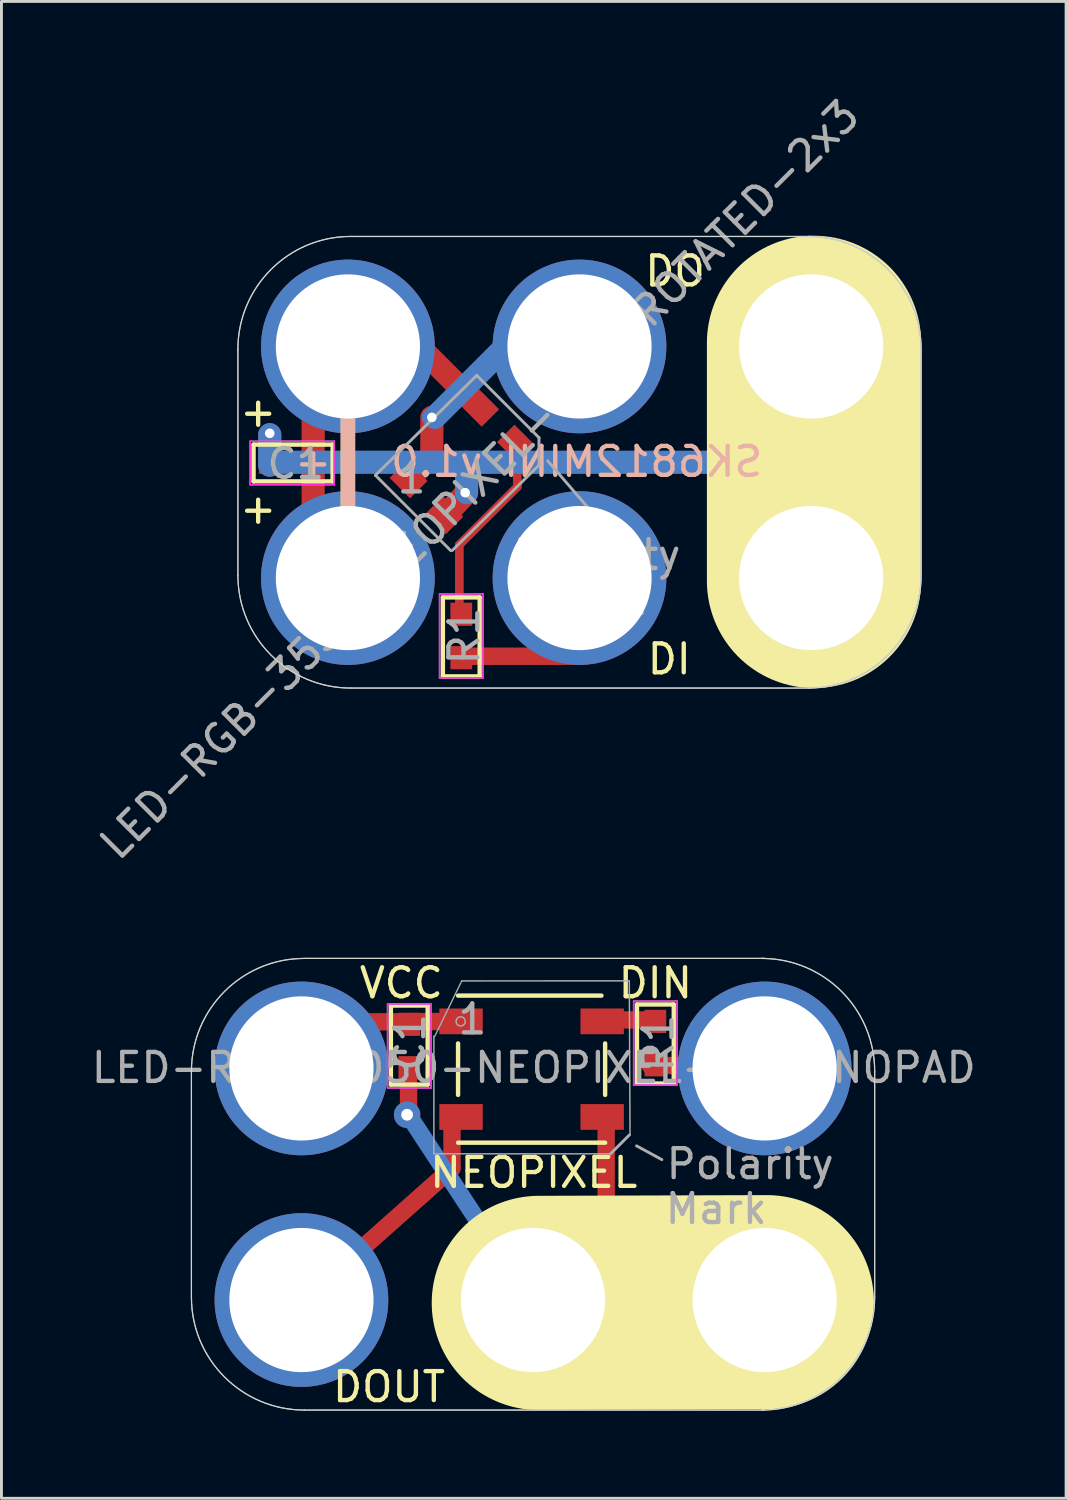
<source format=kicad_pcb>
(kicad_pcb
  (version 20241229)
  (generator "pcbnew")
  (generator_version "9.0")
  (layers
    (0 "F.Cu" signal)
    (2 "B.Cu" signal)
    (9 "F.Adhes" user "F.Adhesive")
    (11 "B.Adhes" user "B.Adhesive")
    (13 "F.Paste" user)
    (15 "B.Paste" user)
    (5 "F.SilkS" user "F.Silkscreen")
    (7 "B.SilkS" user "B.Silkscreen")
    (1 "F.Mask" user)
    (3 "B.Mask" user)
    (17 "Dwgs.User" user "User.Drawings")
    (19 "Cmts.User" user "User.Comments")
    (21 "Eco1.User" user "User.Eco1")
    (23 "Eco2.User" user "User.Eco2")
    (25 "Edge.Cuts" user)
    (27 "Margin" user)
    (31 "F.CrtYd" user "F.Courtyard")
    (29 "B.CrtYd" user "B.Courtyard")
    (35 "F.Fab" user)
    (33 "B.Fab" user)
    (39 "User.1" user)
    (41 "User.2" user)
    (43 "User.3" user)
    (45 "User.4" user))
  (footprint "LED-RGB-3535-NEOPIXEL-MINI-ROTATED-2x3"
    (layer "F.Cu")
    (at 8.967 16.917)
    (property "Reference" "LED-RGB-3535-NEOPIXEL-MINI-ROTATED-2x3" (at 4.55 -3.4 45) (layer "F.Fab") (effects (font (size 1 1) (thickness 0.15))))
    (attr smd)
    (fp_line (start -2.7 -3.9) (end -2.7 -4.95) (stroke (width 0.8) (type solid)) (layer "F.Cu"))
    (fp_line (start -1.2 -1) (end -1.2 -6.6) (stroke (width 0.8) (type solid)) (layer "F.Cu"))
    (fp_line (start 1.6 -8.85) (end 4.45 -6) (stroke (width 0.8) (type solid)) (layer "F.Cu"))
    (fp_line (start 2.9 -4.25) (end 2.15 -3.45) (stroke (width 0.8) (type solid)) (layer "F.Cu"))
    (fp_line (start 2.9 -4.25) (end 2.9 -5.55) (stroke (width 0.8) (type solid)) (layer "F.Cu"))
    (fp_line (start 3.85 1.35) (end 3.85 -1.15) (stroke (width 0.3) (type solid)) (layer "F.Cu"))
    (fp_line (start 3.9 2.7) (end 8.05 2.7) (stroke (width 0.6) (type solid)) (layer "F.Cu"))
    (fp_line (start 4.1 -2.95) (end 3.35 -2.15) (stroke (width 0.8) (type solid)) (layer "F.Cu"))
    (fp_line (start 5.85 -3.15) (end 3.85 -1.15) (stroke (width 0.3) (type solid)) (layer "F.Cu"))
    (fp_line (start 5.85 -3.15) (end 5.85 -4.65) (stroke (width 0.3) (type solid)) (layer "F.Cu"))
    (fp_arc (start 2.707397 0) (mid -1.98387 1.842352) (end 0.2 -2.7) (stroke (width 0.6) (type solid)) (layer "F.Mask"))
    (fp_arc (start 5.298149 -8) (mid 9.945531 -9.874808) (end 7.9 -5.3) (stroke (width 0.6) (type solid)) (layer "F.Mask"))
    (fp_line (start -2.7 -3.9) (end -2.7 -4.95) (stroke (width 0.8) (type solid)) (layer "B.Cu"))
    (fp_line (start 4.1 -2.95) (end 4.1 -4) (stroke (width 0.8) (type solid)) (layer "B.Cu"))
    (fp_line (start 5.55 -8.1) (end 3 -5.55) (stroke (width 0.8) (type solid)) (layer "B.Cu"))
    (fp_line (start 16.1 -4) (end -2.7 -4) (stroke (width 0.8) (type solid)) (layer "B.Cu"))
    (fp_line (start 16.1 -0.1) (end 16.1 -8.2) (stroke (width 0.8) (type solid)) (layer "B.Cu"))
    (fp_line (start 16.1 -0.1) (end 16.1 -8.2) (stroke (width 0.8) (type solid)) (layer "B.Mask"))
    (fp_line (start -3.259 -4.61) (end -0.528 -4.61) (stroke (width 0.15) (type solid)) (layer "F.SilkS"))
    (fp_line (start -3.259 -3.34) (end -3.259 -4.61) (stroke (width 0.152) (type solid)) (layer "F.SilkS"))
    (fp_line (start -0.528 -3.34) (end -3.259 -3.34) (stroke (width 0.15) (type solid)) (layer "F.SilkS"))
    (fp_line (start -0.528 -3.34) (end -0.528 -4.61) (stroke (width 0.152) (type solid)) (layer "F.SilkS"))
    (fp_line (start 0 -2.1) (end 0 -5.6) (stroke (width 0.5) (type solid)) (layer "F.SilkS"))
    (fp_line (start 3.281 0.667) (end 4.551 0.667) (stroke (width 0.152) (type solid)) (layer "F.SilkS"))
    (fp_line (start 3.281 3.397) (end 3.281 0.667) (stroke (width 0.15) (type solid)) (layer "F.SilkS"))
    (fp_line (start 3.281 3.397) (end 4.551 3.397) (stroke (width 0.152) (type solid)) (layer "F.SilkS"))
    (fp_line (start 4.551 0.667) (end 4.551 3.397) (stroke (width 0.15) (type solid)) (layer "F.SilkS"))
    (fp_line (start 16.1 -8.125) (end 16.1 0.1) (stroke (width 7.4) (type solid)) (layer "F.SilkS"))
    (fp_line (start 0 -2.1) (end 0 -5.6) (stroke (width 0.5) (type solid)) (layer "B.SilkS"))
    (fp_line (start -3.8 -0.1) (end -3.8 -7.9) (stroke (width 0.041) (type solid)) (layer "Edge.Cuts"))
    (fp_line (start 15.9 -11.8) (end 0.1 -11.8) (stroke (width 0.041) (type solid)) (layer "Edge.Cuts"))
    (fp_line (start 15.9 3.8) (end 0.1 3.8) (stroke (width 0.041) (type solid)) (layer "Edge.Cuts"))
    (fp_line (start 19.8 -0.1) (end 19.8 -7.9) (stroke (width 0.041) (type solid)) (layer "Edge.Cuts"))
    (fp_arc (start -3.8 -7.9) (mid -2.657716 -10.657716) (end 0.1 -11.8) (stroke (width 0.04064) (type solid)) (layer "Edge.Cuts"))
    (fp_arc (start 0.1 3.8) (mid -2.657716 2.657716) (end -3.8 -0.1) (stroke (width 0.04064) (type solid)) (layer "Edge.Cuts"))
    (fp_arc (start 15.9 -11.8) (mid 18.657716 -10.657716) (end 19.8 -7.9) (stroke (width 0.04064) (type solid)) (layer "Edge.Cuts"))
    (fp_arc (start 19.8 -0.1) (mid 18.657716 2.657716) (end 15.9 3.8) (stroke (width 0.04064) (type solid)) (layer "Edge.Cuts"))
    (fp_line (start -3.375 -3.225) (end -3.375 -4.725) (stroke (width 0.05) (type solid)) (layer "F.CrtYd"))
    (fp_line (start -0.475 -4.725) (end -3.375 -4.725) (stroke (width 0.05) (type solid)) (layer "F.CrtYd"))
    (fp_line (start -0.475 -3.225) (end -3.375 -3.225) (stroke (width 0.05) (type solid)) (layer "F.CrtYd"))
    (fp_line (start -0.475 -3.225) (end -0.475 -4.725) (stroke (width 0.05) (type solid)) (layer "F.CrtYd"))
    (fp_line (start 3.166 0.55) (end 4.666 0.55) (stroke (width 0.05) (type solid)) (layer "F.CrtYd"))
    (fp_line (start 3.166 3.45) (end 3.166 0.55) (stroke (width 0.05) (type solid)) (layer "F.CrtYd"))
    (fp_line (start 3.166 3.45) (end 4.666 3.45) (stroke (width 0.05) (type solid)) (layer "F.CrtYd"))
    (fp_line (start 4.666 3.45) (end 4.666 0.55) (stroke (width 0.05) (type solid)) (layer "F.CrtYd"))
    (fp_line (start -3.8 -0.1) (end -3.8 -7.9) (stroke (width 0.041) (type solid)) (layer "F.Fab"))
    (fp_line (start -3.375 -3.225) (end -3.375 -4.725) (stroke (width 0.05) (type solid)) (layer "F.Fab"))
    (fp_line (start -0.475 -4.725) (end -3.375 -4.725) (stroke (width 0.05) (type solid)) (layer "F.Fab"))
    (fp_line (start -0.475 -3.225) (end -3.375 -3.225) (stroke (width 0.05) (type solid)) (layer "F.Fab"))
    (fp_line (start -0.475 -3.225) (end -0.475 -4.725) (stroke (width 0.05) (type solid)) (layer "F.Fab"))
    (fp_line (start 3.166 0.55) (end 4.666 0.55) (stroke (width 0.05) (type solid)) (layer "F.Fab"))
    (fp_line (start 3.166 3.45) (end 3.166 0.55) (stroke (width 0.05) (type solid)) (layer "F.Fab"))
    (fp_line (start 3.166 3.45) (end 4.666 3.45) (stroke (width 0.05) (type solid)) (layer "F.Fab"))
    (fp_line (start 3.55 -0.95) (end 0.95 -3.55) (stroke (width 0.1) (type solid)) (layer "F.Fab"))
    (fp_line (start 4.45 -7) (end 0.95 -3.55) (stroke (width 0.1) (type solid)) (layer "F.Fab"))
    (fp_line (start 4.45 -7) (end 6.6 -4.85) (stroke (width 0.1) (type solid)) (layer "F.Fab"))
    (fp_line (start 4.666 3.45) (end 4.666 0.55) (stroke (width 0.05) (type solid)) (layer "F.Fab"))
    (fp_line (start 6.6 -3.9) (end 3.6 -0.95) (stroke (width 0.1) (type solid)) (layer "F.Fab"))
    (fp_line (start 6.6 -3.9) (end 6.6 -4.85) (stroke (width 0.1) (type solid)) (layer "F.Fab"))
    (fp_line (start 8.75 -1.9) (end 6.9 -4.05) (stroke (width 0.1) (type solid)) (layer "F.Fab"))
    (fp_line (start 16 -11.8) (end 0.1 -11.8) (stroke (width 0.041) (type solid)) (layer "F.Fab"))
    (fp_line (start 16 3.8) (end 0.1 3.8) (stroke (width 0.041) (type solid)) (layer "F.Fab"))
    (fp_line (start 19.8 -0.1) (end 19.8 -7.9) (stroke (width 0.041) (type solid)) (layer "F.Fab"))
    (fp_arc (start -3.8 -7.9) (mid -2.657716 -10.657716) (end 0.1 -11.8) (stroke (width 0.04064) (type solid)) (layer "F.Fab"))
    (fp_arc (start 0.1 3.8) (mid -2.657716 2.657716) (end -3.8 -0.1) (stroke (width 0.04064) (type solid)) (layer "F.Fab"))
    (fp_arc (start 15.9 -11.8) (mid 18.657716 -10.657716) (end 19.8 -7.9) (stroke (width 0.04064) (type solid)) (layer "F.Fab"))
    (fp_arc (start 19.8 -0.1) (mid 18.657716 2.657716) (end 15.9 3.8) (stroke (width 0.04064) (type solid)) (layer "F.Fab"))
    (fp_text user "+" (at -3.1 -2.4 0) (layer "F.SilkS") (effects (font (size 1 1) (thickness 0.15))))
    (fp_text user "+" (at -3.1 -5.75 0) (layer "F.SilkS") (effects (font (size 1 1) (thickness 0.15))))
    (fp_text user "DI" (at 11.1 2.8 0) (layer "F.SilkS") (effects (font (size 1 1) (thickness 0.15))))
    (fp_text user "DO" (at 11.3 -10.6 0) (layer "F.SilkS") (effects (font (size 1 1) (thickness 0.15))))
    (fp_text user "SK6812MINI v1.0" (at 7.9 -4.02 180) (layer "B.SilkS") (effects (font (size 1 1) (thickness 0.15)) (justify mirror)))
    (fp_text user "+" (at -1.2 -4 0) (layer "B.SilkS") (effects (font (size 1 1) (thickness 0.15)) (justify mirror)))
    (fp_text user "C1" (at -1.8 -3.95 0) (layer "F.Fab") (effects (font (size 1 1) (thickness 0.15))))
    (fp_text user "Polarity" (at 8.6 -0.8 180) (layer "F.Fab") (effects (font (size 1 1) (thickness 0.15))))
    (fp_text user "1" (at 2.2 -3.45 0) (layer "F.Fab") (effects (font (size 1 1) (thickness 0.15))))
    (fp_text user "R1" (at 4.016 2 90) (layer "F.Fab") (effects (font (size 1 1) (thickness 0.15))))
    (fp_text user "Mark" (at 8.6 0.75 180) (layer "F.Fab") (effects (font (size 1 1) (thickness 0.15))))
    (pad "DIN" smd rect (at 3.916 1.25 90) (size 0.8 0.75) (layers "F.Cu" "F.Mask" "F.Paste"))
    (pad "DIN" smd rect (at 5.806 -4.644 45) (size 0.85 1) (layers "F.Cu" "F.Mask" "F.Paste"))
    (pad "DIN" thru_hole circle (at 8 0) (size 6 6) (drill 4.98) (layers "*.Cu" "*.Mask"))
    (pad "DIN2" smd rect (at 3.916 2.75 90) (size 0.8 0.75) (layers "F.Cu" "F.Mask" "F.Paste"))
    (pad "DOUT" smd rect (at 2.094 -3.406 45) (size 0.85 1) (layers "F.Cu" "F.Mask" "F.Paste"))
    (pad "DOUT" thru_hole circle (at 8 -8) (size 6 6) (drill 4.98) (layers "*.Cu" "B.Mask"))
    (pad "GND" thru_hole circle (at -2.7 -5) (size 0.686 0.686) (drill 0.33) (layers "*.Cu"))
    (pad "GND" smd rect (at -2.675 -3.975 180) (size 0.8 0.75) (layers "F.Cu" "F.Mask" "F.Paste"))
    (pad "GND" thru_hole circle (at 2.9 -5.55 270) (size 0.686 0.686) (drill 0.33) (layers "*.Cu"))
    (pad "GND" smd rect (at 3.331 -2.169 45) (size 0.85 1) (layers "F.Cu" "F.Mask" "F.Paste"))
    (pad "GND" thru_hole circle (at 4.05 -2.95 270) (size 0.686 0.686) (drill 0.33) (layers "*.Cu"))
    (pad "GND" thru_hole circle (at 16 -8) (size 6 6) (drill 4.98) (layers "*.Cu" "*.Mask"))
    (pad "GND" thru_hole circle (at 16 0) (size 6 6) (drill 4.98) (layers "*.Cu" "*.Mask"))
    (pad "VCC" smd rect (at -1.175 -3.975 180) (size 0.8 0.75) (layers "F.Cu" "F.Mask" "F.Paste"))
    (pad "VCC" thru_hole circle (at 0 -8) (size 6 6) (drill 4.98) (layers "*.Cu" "*.Mask"))
    (pad "VCC" thru_hole circle (at 0 0) (size 6 6) (drill 4.98) (layers "*.Cu" "B.Mask"))
    (pad "VCC" smd rect (at 4.569 -5.881 45) (size 0.85 1) (layers "F.Cu" "F.Mask" "F.Paste")))
  (footprint "LED-RGB-5050-NEOPIXEL-2x3-NOPAD"
    (layer "F.Cu")
    (at 7.362 41.855)
    (property "Reference" "LED-RGB-5050-NEOPIXEL-2x3-NOPAD" (at 8.025 -8.025 0) (layer "F.Fab") (effects (font (size 1 1) (thickness 0.15))))
    (attr through_hole)
    (fp_line (start 0.025 0.05) (end 5.2 -4.55) (stroke (width 0.6) (type solid)) (layer "F.Cu"))
    (fp_line (start 1.025 -9.6) (end 5.375 -9.625) (stroke (width 0.6) (type solid)) (layer "F.Cu"))
    (fp_line (start 3.7 -6.425) (end 3.7 -8.1) (stroke (width 0.6) (type solid)) (layer "F.Cu"))
    (fp_line (start 5.2 -4.575) (end 5.2 -6.25) (stroke (width 0.6) (type solid)) (layer "F.Cu"))
    (fp_line (start 10.4 -9.675) (end 12.1 -9.675) (stroke (width 0.6) (type solid)) (layer "F.Cu"))
    (fp_line (start 10.525 -0.05) (end 10.525 -6.275) (stroke (width 0.6) (type solid)) (layer "F.Cu"))
    (fp_line (start 12.05 -8.1) (end 13.75 -8.1) (stroke (width 0.6) (type solid)) (layer "F.Cu"))
    (fp_line (start 15 -0.1) (end 8.775 -0.1) (stroke (width 0.6) (type solid)) (layer "F.Cu"))
    (fp_arc (start -0.175 -5.225) (mid -2.779549 -8.073196) (end -0.028706 -10.780364) (stroke (width 0.8) (type solid)) (layer "F.Mask"))
    (fp_arc (start -0.171294 2.780364) (mid -2.775843 -0.067832) (end -0.025 -2.775) (stroke (width 0.8) (type solid)) (layer "F.Mask"))
    (fp_arc (start 16.171294 -10.780364) (mid 18.775843 -7.932168) (end 16.025 -5.225) (stroke (width 0.8) (type solid)) (layer "F.Mask"))
    (fp_line (start 7.9 0.025) (end 3.675 -6.425) (stroke (width 0.6) (type solid)) (layer "B.Cu"))
    (fp_line (start 3.09 -7.441) (end 3.09 -10.172) (stroke (width 0.15) (type solid)) (layer "F.SilkS"))
    (fp_line (start 4.36 -10.172) (end 3.09 -10.172) (stroke (width 0.152) (type solid)) (layer "F.SilkS"))
    (fp_line (start 4.36 -10.172) (end 4.36 -7.441) (stroke (width 0.15) (type solid)) (layer "F.SilkS"))
    (fp_line (start 4.36 -7.441) (end 3.09 -7.441) (stroke (width 0.152) (type solid)) (layer "F.SilkS"))
    (fp_line (start 5.41 -10.515) (end 10.363 -10.515) (stroke (width 0.152) (type solid)) (layer "F.SilkS"))
    (fp_line (start 5.41 -7.086) (end 5.41 -8.864) (stroke (width 0.152) (type solid)) (layer "F.SilkS"))
    (fp_line (start 10.49 -7.086) (end 10.49 -8.864) (stroke (width 0.152) (type solid)) (layer "F.SilkS"))
    (fp_line (start 10.49 -5.435) (end 5.41 -5.435) (stroke (width 0.152) (type solid)) (layer "F.SilkS"))
    (fp_line (start 11.59 -10.209) (end 12.86 -10.209) (stroke (width 0.152) (type solid)) (layer "F.SilkS"))
    (fp_line (start 11.59 -7.478) (end 11.59 -10.209) (stroke (width 0.15) (type solid)) (layer "F.SilkS"))
    (fp_line (start 11.59 -7.478) (end 12.86 -7.478) (stroke (width 0.152) (type solid)) (layer "F.SilkS"))
    (fp_line (start 12.86 -10.209) (end 12.86 -7.478) (stroke (width 0.15) (type solid)) (layer "F.SilkS"))
    (fp_line (start 16.075 0.075) (end 8.2 0.1) (stroke (width 7.4) (type solid)) (layer "F.SilkS"))
    (fp_line (start -3.8 -0.1) (end -3.8 -7.9) (stroke (width 0.041) (type solid)) (layer "Edge.Cuts"))
    (fp_line (start 16 -11.8) (end 0.1 -11.8) (stroke (width 0.041) (type solid)) (layer "Edge.Cuts"))
    (fp_line (start 16 3.8) (end 0.1 3.8) (stroke (width 0.041) (type solid)) (layer "Edge.Cuts"))
    (fp_line (start 19.8 -0.1) (end 19.8 -7.9) (stroke (width 0.041) (type solid)) (layer "Edge.Cuts"))
    (fp_arc (start -3.8 -7.9) (mid -2.657716 -10.657716) (end 0.1 -11.8) (stroke (width 0.04064) (type solid)) (layer "Edge.Cuts"))
    (fp_arc (start 0.1 3.8) (mid -2.657716 2.657716) (end -3.8 -0.1) (stroke (width 0.04064) (type solid)) (layer "Edge.Cuts"))
    (fp_arc (start 15.9 -11.8) (mid 18.657716 -10.657716) (end 19.8 -7.9) (stroke (width 0.04064) (type solid)) (layer "Edge.Cuts"))
    (fp_arc (start 19.8 -0.1) (mid 18.657716 2.657716) (end 15.9 3.8) (stroke (width 0.04064) (type solid)) (layer "Edge.Cuts"))
    (fp_line (start 2.975 -10.225) (end 2.975 -7.325) (stroke (width 0.05) (type solid)) (layer "F.CrtYd"))
    (fp_line (start 4.475 -10.225) (end 2.975 -10.225) (stroke (width 0.05) (type solid)) (layer "F.CrtYd"))
    (fp_line (start 4.475 -10.225) (end 4.475 -7.325) (stroke (width 0.05) (type solid)) (layer "F.CrtYd"))
    (fp_line (start 4.475 -7.325) (end 2.975 -7.325) (stroke (width 0.05) (type solid)) (layer "F.CrtYd"))
    (fp_line (start 11.475 -10.325) (end 12.975 -10.325) (stroke (width 0.05) (type solid)) (layer "F.CrtYd"))
    (fp_line (start 11.475 -7.425) (end 11.475 -10.325) (stroke (width 0.05) (type solid)) (layer "F.CrtYd"))
    (fp_line (start 11.475 -7.425) (end 12.975 -7.425) (stroke (width 0.05) (type solid)) (layer "F.CrtYd"))
    (fp_line (start 12.975 -7.425) (end 12.975 -10.325) (stroke (width 0.05) (type solid)) (layer "F.CrtYd"))
    (fp_line (start -3.8 -0.1) (end -3.8 -7.9) (stroke (width 0.041) (type solid)) (layer "F.Fab"))
    (fp_line (start 2.975 -10.225) (end 2.975 -7.325) (stroke (width 0.05) (type solid)) (layer "F.Fab"))
    (fp_line (start 4.475 -10.225) (end 2.975 -10.225) (stroke (width 0.05) (type solid)) (layer "F.Fab"))
    (fp_line (start 4.475 -10.225) (end 4.475 -7.325) (stroke (width 0.05) (type solid)) (layer "F.Fab"))
    (fp_line (start 4.475 -7.325) (end 2.975 -7.325) (stroke (width 0.05) (type solid)) (layer "F.Fab"))
    (fp_line (start 4.575 -9.118) (end 4.575 -5.054) (stroke (width 0.05) (type solid)) (layer "F.Fab"))
    (fp_line (start 4.575 -5.05) (end 10.675 -5.05) (stroke (width 0.05) (type solid)) (layer "F.Fab"))
    (fp_line (start 5.537 -11.023) (end 4.6 -9.1) (stroke (width 0.046) (type solid)) (layer "F.Fab"))
    (fp_line (start 11.325 -11.025) (end 5.537 -11.023) (stroke (width 0.05) (type solid)) (layer "F.Fab"))
    (fp_line (start 11.325 -5.7) (end 10.675 -5.05) (stroke (width 0.1) (type solid)) (layer "F.Fab"))
    (fp_line (start 11.35 -5.7) (end 11.325 -11.023) (stroke (width 0.05) (type solid)) (layer "F.Fab"))
    (fp_line (start 11.475 -10.325) (end 12.975 -10.325) (stroke (width 0.05) (type solid)) (layer "F.Fab"))
    (fp_line (start 11.475 -7.425) (end 11.475 -10.325) (stroke (width 0.05) (type solid)) (layer "F.Fab"))
    (fp_line (start 11.475 -7.425) (end 12.975 -7.425) (stroke (width 0.05) (type solid)) (layer "F.Fab"))
    (fp_line (start 12.45 -4.85) (end 11.575 -5.325) (stroke (width 0.1) (type solid)) (layer "F.Fab"))
    (fp_line (start 12.975 -7.425) (end 12.975 -10.325) (stroke (width 0.05) (type solid)) (layer "F.Fab"))
    (fp_line (start 16 -11.8) (end 0.1 -11.8) (stroke (width 0.041) (type solid)) (layer "F.Fab"))
    (fp_line (start 16 3.8) (end 0.1 3.8) (stroke (width 0.041) (type solid)) (layer "F.Fab"))
    (fp_line (start 19.8 -0.1) (end 19.8 -7.9) (stroke (width 0.041) (type solid)) (layer "F.Fab"))
    (fp_arc (start -3.8 -7.9) (mid -2.657716 -10.657716) (end 0.1 -11.8) (stroke (width 0.04064) (type solid)) (layer "F.Fab"))
    (fp_arc (start 0.1 3.8) (mid -2.657716 2.657716) (end -3.8 -0.1) (stroke (width 0.04064) (type solid)) (layer "F.Fab"))
    (fp_arc (start 15.9 -11.8) (mid 18.657716 -10.657716) (end 19.8 -7.9) (stroke (width 0.04064) (type solid)) (layer "F.Fab"))
    (fp_arc (start 19.8 -0.1) (mid 18.657716 2.657716) (end 15.9 3.8) (stroke (width 0.04064) (type solid)) (layer "F.Fab"))
    (fp_circle (center 5.5 -9.625) (end 5.45 -9.775) (stroke (width 0.05) (type solid)) (fill no) (layer "F.Fab"))
    (fp_text user "VCC" (at 3.45 -10.95 0) (layer "F.SilkS") (effects (font (size 1 1) (thickness 0.15))))
    (fp_text user "DOUT" (at 3.025 3 0) (layer "F.SilkS") (effects (font (size 1 1) (thickness 0.15))))
    (fp_text user "DIN" (at 12.225 -10.95 180) (layer "F.SilkS") (effects (font (size 1 1) (thickness 0.15))))
    (fp_text user "NEOPIXEL" (at 8.025 -4.4 0) (layer "F.SilkS") (effects (font (size 1 1) (thickness 0.15))))
    (fp_text user "R1" (at 12.325 -8.875 90) (layer "F.Fab") (effects (font (size 1 1) (thickness 0.15))))
    (fp_text user "1" (at 5.9 -9.7 0) (layer "F.Fab") (effects (font (size 1 1) (thickness 0.15))))
    (fp_text user "C1" (at 3.75 -8.9 90) (layer "F.Fab") (effects (font (size 1 1) (thickness 0.15))))
    (fp_text user "Mark" (at 14.325 -3.15 180) (layer "F.Fab") (effects (font (size 1 1) (thickness 0.15))))
    (fp_text user "Polarity" (at 15.5 -4.7 180) (layer "F.Fab") (effects (font (size 1 1) (thickness 0.15))))
    (pad "1" thru_hole circle (at 0 -8) (size 6 6) (drill 4.98) (layers "*.Cu" "B.Mask"))
    (pad "1" smd rect (at 3.725 -9.525 270) (size 0.8 0.75) (layers "F.Cu" "F.Mask" "F.Paste"))
    (pad "1" smd rect (at 5.512 -9.626 180) (size 1.499 0.889) (layers "F.Cu" "F.Mask" "F.Paste"))
    (pad "2" thru_hole circle (at 0 0) (size 6 6) (drill 4.98) (layers "*.Cu" "B.Mask"))
    (pad "2" smd rect (at 5.512 -6.324 180) (size 1.499 0.889) (layers "F.Cu" "F.Mask" "F.Paste"))
    (pad "3" thru_hole circle (at 3.65 -6.4) (size 0.914 0.914) (drill 0.406) (layers "*.Cu"))
    (pad "3" smd rect (at 3.725 -8.025 270) (size 0.8 0.75) (layers "F.Cu" "F.Mask" "F.Paste"))
    (pad "3" thru_hole circle (at 8 0) (size 6 6) (drill 4.98) (layers "*.Cu" "*.Mask"))
    (pad "3" smd rect (at 10.388 -6.324 180) (size 1.499 0.889) (layers "F.Cu" "F.Mask" "F.Paste"))
    (pad "3" thru_hole circle (at 16 0) (size 6 6) (drill 4.98) (layers "*.Cu" "*.Mask"))
    (pad "4" smd rect (at 10.388 -9.626 180) (size 1.499 0.889) (layers "F.Cu" "F.Mask" "F.Paste"))
    (pad "4" smd rect (at 12.225 -9.625 90) (size 0.8 0.75) (layers "F.Cu" "F.Mask" "F.Paste"))
    (pad "5" smd rect (at 12.225 -8.125 90) (size 0.8 0.75) (layers "F.Cu" "F.Mask" "F.Paste"))
    (pad "5" thru_hole circle (at 16 -8) (size 6 6) (drill 4.98) (layers "*.Cu" "B.Mask")))
  (gr_rect
    (start -3 -3)
    (end 33.774 48.703)
    (stroke (width 0.1) (type default))
    (fill no)
    (layer "Edge.Cuts")))
</source>
